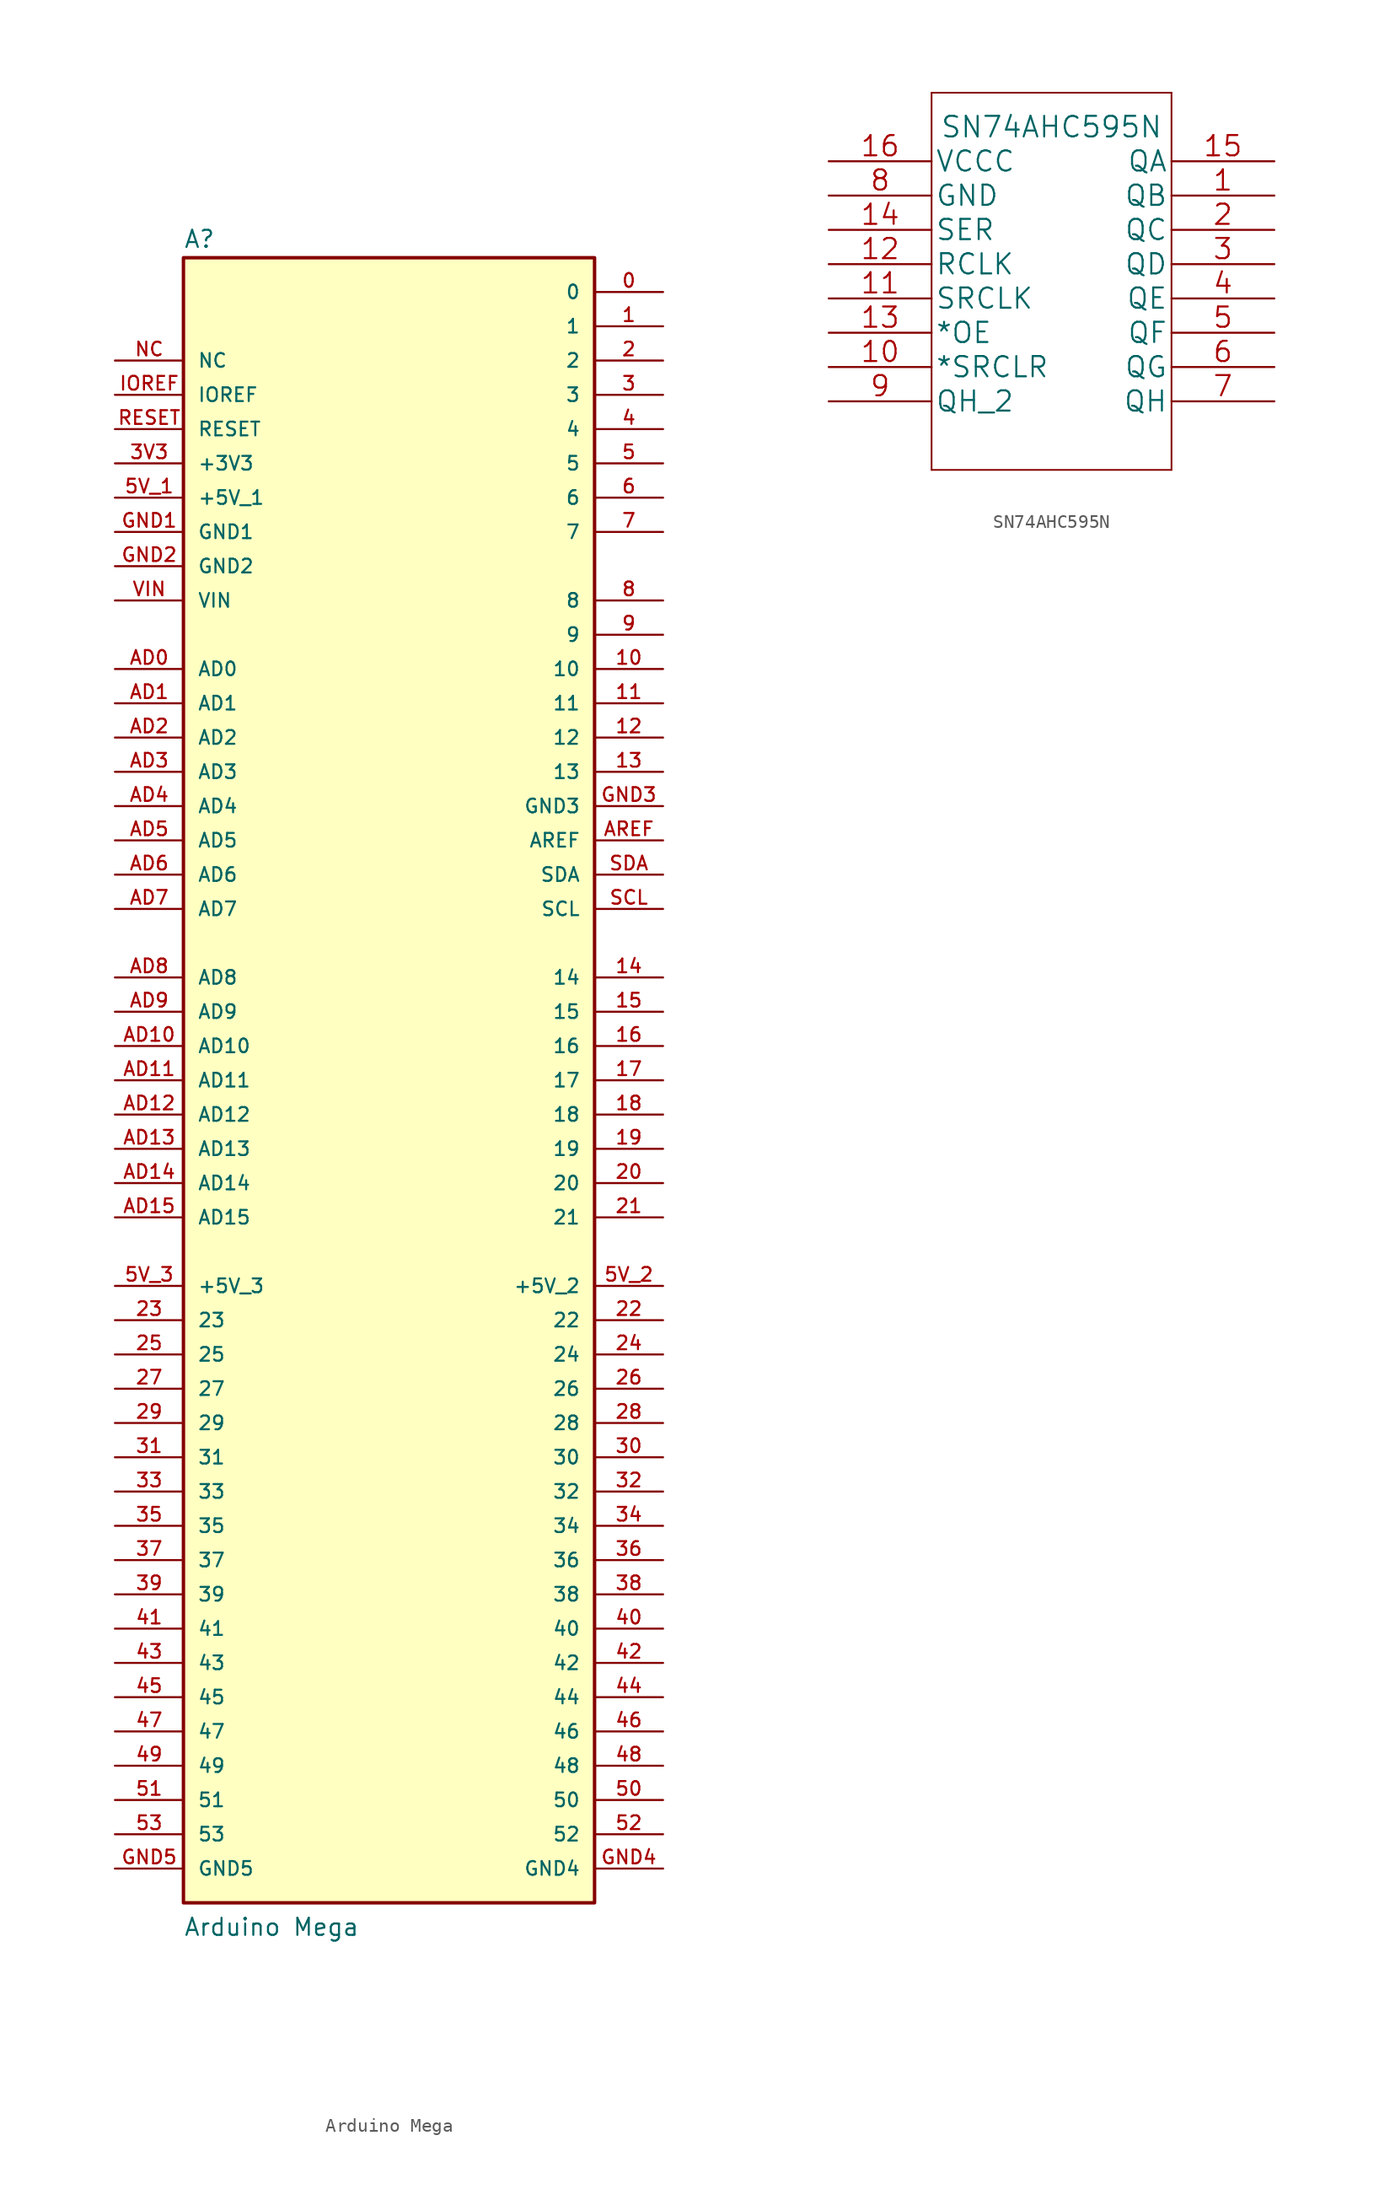
<source format=kicad_sym>
(kicad_symbol_lib
  (version 20211014)
  (generator kicad_symbol_editor)
  (symbol "Arduino Mega"
    (pin_names
      (offset 1.016))
    (property "Reference" "A"
      (at -15.24 61.595 0)
      (effects (font (size 1.27 1.27)) (justify left bottom)))
    (property "Value" "Arduino Mega"
      (at -15.24 -63.5 0)
      (effects (font (size 1.27 1.27)) (justify left bottom)))
    (symbol "Arduino Mega_0_0"
      (rectangle (start 15.24 -60.96) (end -15.24 60.96) (stroke (width 0.254) (type default) (color 0 0 0 0)) (fill (type background)))
      (pin passive line (at 20.32 58.42 180) (length 5.08) (name "0" (effects (font (size 1.016 1.016)))) (number "0" (effects (font (size 1.016 1.016)))))
      (pin passive line (at 20.32 55.88 180) (length 5.08) (name "1" (effects (font (size 1.016 1.016)))) (number "1" (effects (font (size 1.016 1.016)))))
      (pin passive line (at 20.32 30.48 180) (length 5.08) (name "10" (effects (font (size 1.016 1.016)))) (number "10" (effects (font (size 1.016 1.016)))))
      (pin passive line (at 20.32 27.94 180) (length 5.08) (name "11" (effects (font (size 1.016 1.016)))) (number "11" (effects (font (size 1.016 1.016)))))
      (pin passive line (at 20.32 25.4 180) (length 5.08) (name "12" (effects (font (size 1.016 1.016)))) (number "12" (effects (font (size 1.016 1.016)))))
      (pin passive line (at 20.32 22.86 180) (length 5.08) (name "13" (effects (font (size 1.016 1.016)))) (number "13" (effects (font (size 1.016 1.016)))))
      (pin passive line (at 20.32 7.62 180) (length 5.08) (name "14" (effects (font (size 1.016 1.016)))) (number "14" (effects (font (size 1.016 1.016)))))
      (pin passive line (at 20.32 5.08 180) (length 5.08) (name "15" (effects (font (size 1.016 1.016)))) (number "15" (effects (font (size 1.016 1.016)))))
      (pin passive line (at 20.32 2.54 180) (length 5.08) (name "16" (effects (font (size 1.016 1.016)))) (number "16" (effects (font (size 1.016 1.016)))))
      (pin passive line (at 20.32 0 180) (length 5.08) (name "17" (effects (font (size 1.016 1.016)))) (number "17" (effects (font (size 1.016 1.016)))))
      (pin passive line (at 20.32 -2.54 180) (length 5.08) (name "18" (effects (font (size 1.016 1.016)))) (number "18" (effects (font (size 1.016 1.016)))))
      (pin passive line (at 20.32 -5.08 180) (length 5.08) (name "19" (effects (font (size 1.016 1.016)))) (number "19" (effects (font (size 1.016 1.016)))))
      (pin passive line (at 20.32 53.34 180) (length 5.08) (name "2" (effects (font (size 1.016 1.016)))) (number "2" (effects (font (size 1.016 1.016)))))
      (pin passive line (at 20.32 -7.62 180) (length 5.08) (name "20" (effects (font (size 1.016 1.016)))) (number "20" (effects (font (size 1.016 1.016)))))
      (pin passive line (at 20.32 -10.16 180) (length 5.08) (name "21" (effects (font (size 1.016 1.016)))) (number "21" (effects (font (size 1.016 1.016)))))
      (pin passive line (at 20.32 -17.78 180) (length 5.08) (name "22" (effects (font (size 1.016 1.016)))) (number "22" (effects (font (size 1.016 1.016)))))
      (pin passive line (at -20.32 -17.78 0) (length 5.08) (name "23" (effects (font (size 1.016 1.016)))) (number "23" (effects (font (size 1.016 1.016)))))
      (pin passive line (at 20.32 -20.32 180) (length 5.08) (name "24" (effects (font (size 1.016 1.016)))) (number "24" (effects (font (size 1.016 1.016)))))
      (pin passive line (at -20.32 -20.32 0) (length 5.08) (name "25" (effects (font (size 1.016 1.016)))) (number "25" (effects (font (size 1.016 1.016)))))
      (pin passive line (at 20.32 -22.86 180) (length 5.08) (name "26" (effects (font (size 1.016 1.016)))) (number "26" (effects (font (size 1.016 1.016)))))
      (pin passive line (at -20.32 -22.86 0) (length 5.08) (name "27" (effects (font (size 1.016 1.016)))) (number "27" (effects (font (size 1.016 1.016)))))
      (pin passive line (at 20.32 -25.4 180) (length 5.08) (name "28" (effects (font (size 1.016 1.016)))) (number "28" (effects (font (size 1.016 1.016)))))
      (pin passive line (at -20.32 -25.4 0) (length 5.08) (name "29" (effects (font (size 1.016 1.016)))) (number "29" (effects (font (size 1.016 1.016)))))
      (pin passive line (at 20.32 50.8 180) (length 5.08) (name "3" (effects (font (size 1.016 1.016)))) (number "3" (effects (font (size 1.016 1.016)))))
      (pin passive line (at 20.32 -27.94 180) (length 5.08) (name "30" (effects (font (size 1.016 1.016)))) (number "30" (effects (font (size 1.016 1.016)))))
      (pin passive line (at -20.32 -27.94 0) (length 5.08) (name "31" (effects (font (size 1.016 1.016)))) (number "31" (effects (font (size 1.016 1.016)))))
      (pin passive line (at 20.32 -30.48 180) (length 5.08) (name "32" (effects (font (size 1.016 1.016)))) (number "32" (effects (font (size 1.016 1.016)))))
      (pin passive line (at -20.32 -30.48 0) (length 5.08) (name "33" (effects (font (size 1.016 1.016)))) (number "33" (effects (font (size 1.016 1.016)))))
      (pin passive line (at 20.32 -33.02 180) (length 5.08) (name "34" (effects (font (size 1.016 1.016)))) (number "34" (effects (font (size 1.016 1.016)))))
      (pin passive line (at -20.32 -33.02 0) (length 5.08) (name "35" (effects (font (size 1.016 1.016)))) (number "35" (effects (font (size 1.016 1.016)))))
      (pin passive line (at 20.32 -35.56 180) (length 5.08) (name "36" (effects (font (size 1.016 1.016)))) (number "36" (effects (font (size 1.016 1.016)))))
      (pin passive line (at -20.32 -35.56 0) (length 5.08) (name "37" (effects (font (size 1.016 1.016)))) (number "37" (effects (font (size 1.016 1.016)))))
      (pin passive line (at 20.32 -38.1 180) (length 5.08) (name "38" (effects (font (size 1.016 1.016)))) (number "38" (effects (font (size 1.016 1.016)))))
      (pin passive line (at -20.32 -38.1 0) (length 5.08) (name "39" (effects (font (size 1.016 1.016)))) (number "39" (effects (font (size 1.016 1.016)))))
      (pin passive line (at -20.32 45.72 0) (length 5.08) (name "+3V3" (effects (font (size 1.016 1.016)))) (number "3V3" (effects (font (size 1.016 1.016)))))
      (pin passive line (at 20.32 48.26 180) (length 5.08) (name "4" (effects (font (size 1.016 1.016)))) (number "4" (effects (font (size 1.016 1.016)))))
      (pin passive line (at 20.32 -40.64 180) (length 5.08) (name "40" (effects (font (size 1.016 1.016)))) (number "40" (effects (font (size 1.016 1.016)))))
      (pin passive line (at -20.32 -40.64 0) (length 5.08) (name "41" (effects (font (size 1.016 1.016)))) (number "41" (effects (font (size 1.016 1.016)))))
      (pin passive line (at 20.32 -43.18 180) (length 5.08) (name "42" (effects (font (size 1.016 1.016)))) (number "42" (effects (font (size 1.016 1.016)))))
      (pin passive line (at -20.32 -43.18 0) (length 5.08) (name "43" (effects (font (size 1.016 1.016)))) (number "43" (effects (font (size 1.016 1.016)))))
      (pin passive line (at 20.32 -45.72 180) (length 5.08) (name "44" (effects (font (size 1.016 1.016)))) (number "44" (effects (font (size 1.016 1.016)))))
      (pin passive line (at -20.32 -45.72 0) (length 5.08) (name "45" (effects (font (size 1.016 1.016)))) (number "45" (effects (font (size 1.016 1.016)))))
      (pin passive line (at 20.32 -48.26 180) (length 5.08) (name "46" (effects (font (size 1.016 1.016)))) (number "46" (effects (font (size 1.016 1.016)))))
      (pin passive line (at -20.32 -48.26 0) (length 5.08) (name "47" (effects (font (size 1.016 1.016)))) (number "47" (effects (font (size 1.016 1.016)))))
      (pin passive line (at 20.32 -50.8 180) (length 5.08) (name "48" (effects (font (size 1.016 1.016)))) (number "48" (effects (font (size 1.016 1.016)))))
      (pin passive line (at -20.32 -50.8 0) (length 5.08) (name "49" (effects (font (size 1.016 1.016)))) (number "49" (effects (font (size 1.016 1.016)))))
      (pin passive line (at 20.32 45.72 180) (length 5.08) (name "5" (effects (font (size 1.016 1.016)))) (number "5" (effects (font (size 1.016 1.016)))))
      (pin passive line (at 20.32 -53.34 180) (length 5.08) (name "50" (effects (font (size 1.016 1.016)))) (number "50" (effects (font (size 1.016 1.016)))))
      (pin passive line (at -20.32 -53.34 0) (length 5.08) (name "51" (effects (font (size 1.016 1.016)))) (number "51" (effects (font (size 1.016 1.016)))))
      (pin passive line (at 20.32 -55.88 180) (length 5.08) (name "52" (effects (font (size 1.016 1.016)))) (number "52" (effects (font (size 1.016 1.016)))))
      (pin passive line (at -20.32 -55.88 0) (length 5.08) (name "53" (effects (font (size 1.016 1.016)))) (number "53" (effects (font (size 1.016 1.016)))))
      (pin passive line (at -20.32 43.18 0) (length 5.08) (name "+5V_1" (effects (font (size 1.016 1.016)))) (number "5V_1" (effects (font (size 1.016 1.016)))))
      (pin passive line (at 20.32 -15.24 180) (length 5.08) (name "+5V_2" (effects (font (size 1.016 1.016)))) (number "5V_2" (effects (font (size 1.016 1.016)))))
      (pin passive line (at -20.32 -15.24 0) (length 5.08) (name "+5V_3" (effects (font (size 1.016 1.016)))) (number "5V_3" (effects (font (size 1.016 1.016)))))
      (pin passive line (at 20.32 43.18 180) (length 5.08) (name "6" (effects (font (size 1.016 1.016)))) (number "6" (effects (font (size 1.016 1.016)))))
      (pin passive line (at 20.32 40.64 180) (length 5.08) (name "7" (effects (font (size 1.016 1.016)))) (number "7" (effects (font (size 1.016 1.016)))))
      (pin passive line (at 20.32 35.56 180) (length 5.08) (name "8" (effects (font (size 1.016 1.016)))) (number "8" (effects (font (size 1.016 1.016)))))
      (pin passive line (at 20.32 33.02 180) (length 5.08) (name "9" (effects (font (size 1.016 1.016)))) (number "9" (effects (font (size 1.016 1.016)))))
      (pin passive line (at -20.32 30.48 0) (length 5.08) (name "AD0" (effects (font (size 1.016 1.016)))) (number "AD0" (effects (font (size 1.016 1.016)))))
      (pin passive line (at -20.32 27.94 0) (length 5.08) (name "AD1" (effects (font (size 1.016 1.016)))) (number "AD1" (effects (font (size 1.016 1.016)))))
      (pin passive line (at -20.32 2.54 0) (length 5.08) (name "AD10" (effects (font (size 1.016 1.016)))) (number "AD10" (effects (font (size 1.016 1.016)))))
      (pin passive line (at -20.32 0 0) (length 5.08) (name "AD11" (effects (font (size 1.016 1.016)))) (number "AD11" (effects (font (size 1.016 1.016)))))
      (pin passive line (at -20.32 -2.54 0) (length 5.08) (name "AD12" (effects (font (size 1.016 1.016)))) (number "AD12" (effects (font (size 1.016 1.016)))))
      (pin passive line (at -20.32 -5.08 0) (length 5.08) (name "AD13" (effects (font (size 1.016 1.016)))) (number "AD13" (effects (font (size 1.016 1.016)))))
      (pin passive line (at -20.32 -7.62 0) (length 5.08) (name "AD14" (effects (font (size 1.016 1.016)))) (number "AD14" (effects (font (size 1.016 1.016)))))
      (pin passive line (at -20.32 -10.16 0) (length 5.08) (name "AD15" (effects (font (size 1.016 1.016)))) (number "AD15" (effects (font (size 1.016 1.016)))))
      (pin passive line (at -20.32 25.4 0) (length 5.08) (name "AD2" (effects (font (size 1.016 1.016)))) (number "AD2" (effects (font (size 1.016 1.016)))))
      (pin passive line (at -20.32 22.86 0) (length 5.08) (name "AD3" (effects (font (size 1.016 1.016)))) (number "AD3" (effects (font (size 1.016 1.016)))))
      (pin passive line (at -20.32 20.32 0) (length 5.08) (name "AD4" (effects (font (size 1.016 1.016)))) (number "AD4" (effects (font (size 1.016 1.016)))))
      (pin passive line (at -20.32 17.78 0) (length 5.08) (name "AD5" (effects (font (size 1.016 1.016)))) (number "AD5" (effects (font (size 1.016 1.016)))))
      (pin passive line (at -20.32 15.24 0) (length 5.08) (name "AD6" (effects (font (size 1.016 1.016)))) (number "AD6" (effects (font (size 1.016 1.016)))))
      (pin passive line (at -20.32 12.7 0) (length 5.08) (name "AD7" (effects (font (size 1.016 1.016)))) (number "AD7" (effects (font (size 1.016 1.016)))))
      (pin passive line (at -20.32 7.62 0) (length 5.08) (name "AD8" (effects (font (size 1.016 1.016)))) (number "AD8" (effects (font (size 1.016 1.016)))))
      (pin passive line (at -20.32 5.08 0) (length 5.08) (name "AD9" (effects (font (size 1.016 1.016)))) (number "AD9" (effects (font (size 1.016 1.016)))))
      (pin passive line (at 20.32 17.78 180) (length 5.08) (name "AREF" (effects (font (size 1.016 1.016)))) (number "AREF" (effects (font (size 1.016 1.016)))))
      (pin passive line (at -20.32 40.64 0) (length 5.08) (name "GND1" (effects (font (size 1.016 1.016)))) (number "GND1" (effects (font (size 1.016 1.016)))))
      (pin passive line (at -20.32 38.1 0) (length 5.08) (name "GND2" (effects (font (size 1.016 1.016)))) (number "GND2" (effects (font (size 1.016 1.016)))))
      (pin passive line (at 20.32 20.32 180) (length 5.08) (name "GND3" (effects (font (size 1.016 1.016)))) (number "GND3" (effects (font (size 1.016 1.016)))))
      (pin passive line (at 20.32 -58.42 180) (length 5.08) (name "GND4" (effects (font (size 1.016 1.016)))) (number "GND4" (effects (font (size 1.016 1.016)))))
      (pin passive line (at -20.32 -58.42 0) (length 5.08) (name "GND5" (effects (font (size 1.016 1.016)))) (number "GND5" (effects (font (size 1.016 1.016)))))
      (pin passive line (at -20.32 50.8 0) (length 5.08) (name "IOREF" (effects (font (size 1.016 1.016)))) (number "IOREF" (effects (font (size 1.016 1.016)))))
      (pin passive line (at -20.32 53.34 0) (length 5.08) (name "NC" (effects (font (size 1.016 1.016)))) (number "NC" (effects (font (size 1.016 1.016)))))
      (pin passive line (at -20.32 48.26 0) (length 5.08) (name "RESET" (effects (font (size 1.016 1.016)))) (number "RESET" (effects (font (size 1.016 1.016)))))
      (pin passive line (at 20.32 12.7 180) (length 5.08) (name "SCL" (effects (font (size 1.016 1.016)))) (number "SCL" (effects (font (size 1.016 1.016)))))
      (pin passive line (at 20.32 15.24 180) (length 5.08) (name "SDA" (effects (font (size 1.016 1.016)))) (number "SDA" (effects (font (size 1.016 1.016)))))
      (pin passive line (at -20.32 35.56 0) (length 5.08) (name "VIN" (effects (font (size 1.016 1.016)))) (number "VIN" (effects (font (size 1.016 1.016)))))))
  (symbol "SN74AHC595N"
    (pin_names
      (offset 0.254))
    (property "Reference" "U"
      (at 25.4 8.89 0)
      (effects (font (size 1.524 1.524)) hide))
    (property "Value" "SN74AHC595N"
      (at 31.75 2.54 0)
      (effects (font (size 1.524 1.524))))
    (property "Datasheet" ""
      (at 48.26 -2.54 0)
      (effects (font (size 1.524 1.524))))
    (property "ki_locked" ""
      (at 0 0 0)
      (effects (font (size 1.27 1.27))))
    (symbol "SN74AHC595N_1_1"
      (polyline (pts (xy 22.86 -22.86) (xy 22.86 5.08)) (stroke (width 0.127) (type default) (color 0 0 0 0)) (fill (type none)))
      (polyline (pts (xy 22.86 5.08) (xy 40.64 5.08)) (stroke (width 0.127) (type default) (color 0 0 0 0)) (fill (type none)))
      (polyline (pts (xy 40.64 -22.86) (xy 22.86 -22.86)) (stroke (width 0.127) (type default) (color 0 0 0 0)) (fill (type none)))
      (polyline (pts (xy 40.64 5.08) (xy 40.64 -22.86)) (stroke (width 0.127) (type default) (color 0 0 0 0)) (fill (type none)))
      (pin output line (at 48.26 -2.54 180) (length 7.62) (name "QB" (effects (font (size 1.499 1.499)))) (number "1" (effects (font (size 1.499 1.499)))))
      (pin input line (at 15.24 -15.24 0) (length 7.62) (name "*SRCLR" (effects (font (size 1.499 1.499)))) (number "10" (effects (font (size 1.499 1.499)))))
      (pin input line (at 15.24 -10.16 0) (length 7.62) (name "SRCLK" (effects (font (size 1.499 1.499)))) (number "11" (effects (font (size 1.499 1.499)))))
      (pin input line (at 15.24 -7.62 0) (length 7.62) (name "RCLK" (effects (font (size 1.499 1.499)))) (number "12" (effects (font (size 1.499 1.499)))))
      (pin input line (at 15.24 -12.7 0) (length 7.62) (name "*OE" (effects (font (size 1.499 1.499)))) (number "13" (effects (font (size 1.499 1.499)))))
      (pin input line (at 15.24 -5.08 0) (length 7.62) (name "SER" (effects (font (size 1.499 1.499)))) (number "14" (effects (font (size 1.499 1.499)))))
      (pin output line (at 48.26 0 180) (length 7.62) (name "QA" (effects (font (size 1.499 1.499)))) (number "15" (effects (font (size 1.499 1.499)))))
      (pin power_in line (at 15.24 0 0) (length 7.62) (name "VCCC" (effects (font (size 1.499 1.499)))) (number "16" (effects (font (size 1.499 1.499)))))
      (pin output line (at 48.26 -5.08 180) (length 7.62) (name "QC" (effects (font (size 1.499 1.499)))) (number "2" (effects (font (size 1.499 1.499)))))
      (pin output line (at 48.26 -7.62 180) (length 7.62) (name "QD" (effects (font (size 1.499 1.499)))) (number "3" (effects (font (size 1.499 1.499)))))
      (pin output line (at 48.26 -10.16 180) (length 7.62) (name "QE" (effects (font (size 1.499 1.499)))) (number "4" (effects (font (size 1.499 1.499)))))
      (pin output line (at 48.26 -12.7 180) (length 7.62) (name "QF" (effects (font (size 1.499 1.499)))) (number "5" (effects (font (size 1.499 1.499)))))
      (pin output line (at 48.26 -15.24 180) (length 7.62) (name "QG" (effects (font (size 1.499 1.499)))) (number "6" (effects (font (size 1.499 1.499)))))
      (pin output line (at 48.26 -17.78 180) (length 7.62) (name "QH" (effects (font (size 1.499 1.499)))) (number "7" (effects (font (size 1.499 1.499)))))
      (pin power_in line (at 15.24 -2.54 0) (length 7.62) (name "GND" (effects (font (size 1.499 1.499)))) (number "8" (effects (font (size 1.499 1.499)))))
      (pin output line (at 15.24 -17.78 0) (length 7.62) (name "QH_2" (effects (font (size 1.499 1.499)))) (number "9" (effects (font (size 1.499 1.499))))))))
</source>
